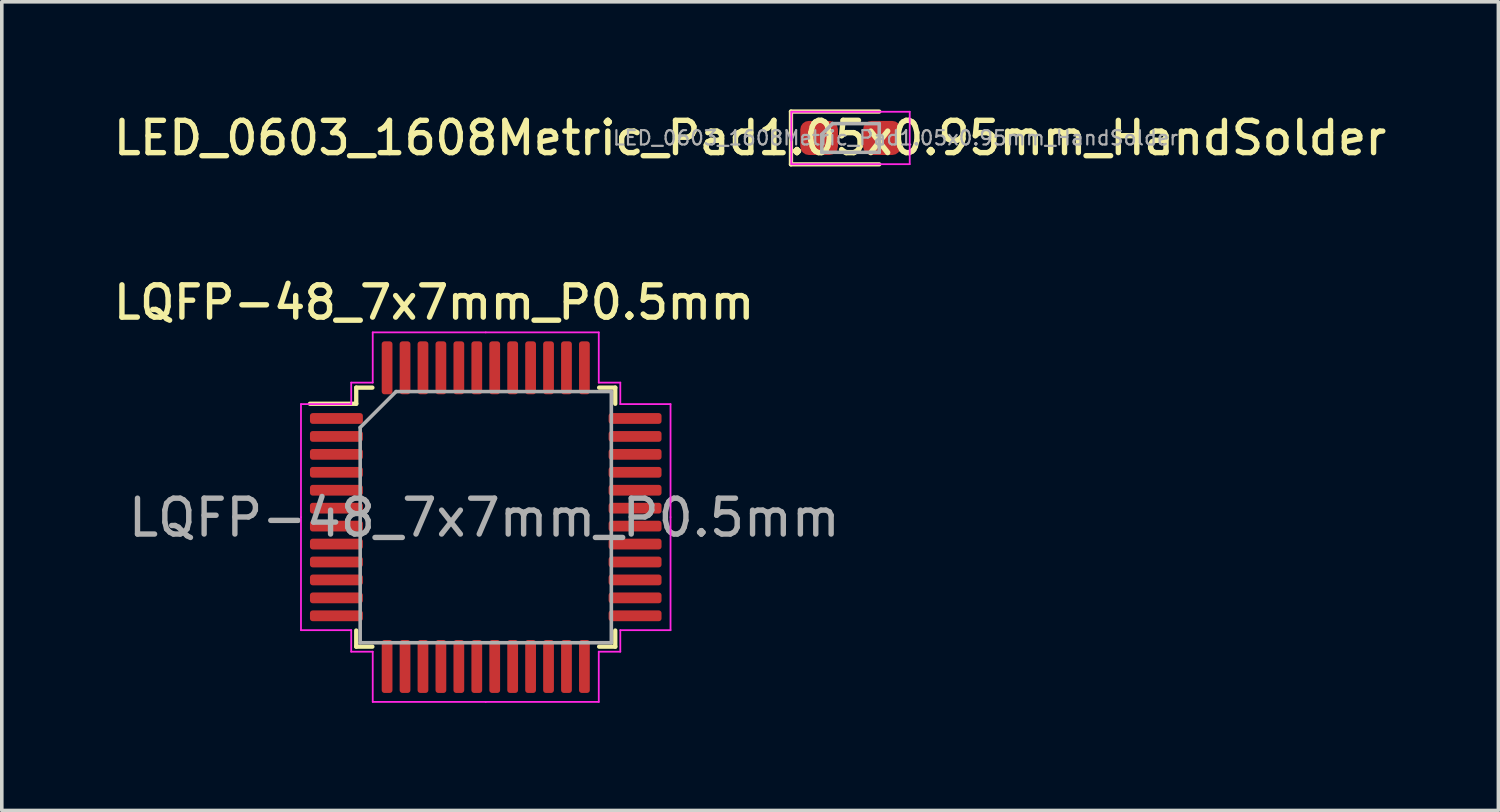
<source format=kicad_pcb>
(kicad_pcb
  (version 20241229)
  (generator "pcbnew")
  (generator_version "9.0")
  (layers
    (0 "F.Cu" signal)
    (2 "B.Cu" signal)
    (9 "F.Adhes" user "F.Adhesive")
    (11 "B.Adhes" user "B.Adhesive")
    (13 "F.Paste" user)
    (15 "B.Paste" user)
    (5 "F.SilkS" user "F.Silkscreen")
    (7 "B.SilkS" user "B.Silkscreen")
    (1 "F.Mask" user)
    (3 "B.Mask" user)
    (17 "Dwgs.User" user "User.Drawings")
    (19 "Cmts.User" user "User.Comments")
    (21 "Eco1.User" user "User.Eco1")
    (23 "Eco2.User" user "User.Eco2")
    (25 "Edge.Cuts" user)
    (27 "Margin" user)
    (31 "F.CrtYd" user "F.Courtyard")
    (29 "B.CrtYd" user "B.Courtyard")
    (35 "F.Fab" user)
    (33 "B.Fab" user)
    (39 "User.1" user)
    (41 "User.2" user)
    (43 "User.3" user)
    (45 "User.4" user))
  (footprint "LQFP-48_7x7mm_P0.5mm"
    (layer "F.Cu")
    (at 10.489 11.364)
    (property "Reference" "LQFP-48_7x7mm_P0.5mm" (at -1.44 -5.984 0) (layer "F.SilkS") (effects (font (size 0.9 0.9) (thickness 0.15))))
    (attr smd)
    (fp_line (start -3.61 -3.61) (end -3.61 -3.16) (stroke (width 0.12) (type solid)) (layer "F.SilkS"))
    (fp_line (start -3.61 -3.16) (end -4.9 -3.16) (stroke (width 0.12) (type solid)) (layer "F.SilkS"))
    (fp_line (start -3.61 3.61) (end -3.61 3.16) (stroke (width 0.12) (type solid)) (layer "F.SilkS"))
    (fp_line (start -3.16 -3.61) (end -3.61 -3.61) (stroke (width 0.12) (type solid)) (layer "F.SilkS"))
    (fp_line (start -3.16 3.61) (end -3.61 3.61) (stroke (width 0.12) (type solid)) (layer "F.SilkS"))
    (fp_line (start 3.16 -3.61) (end 3.61 -3.61) (stroke (width 0.12) (type solid)) (layer "F.SilkS"))
    (fp_line (start 3.16 3.61) (end 3.61 3.61) (stroke (width 0.12) (type solid)) (layer "F.SilkS"))
    (fp_line (start 3.61 -3.61) (end 3.61 -3.16) (stroke (width 0.12) (type solid)) (layer "F.SilkS"))
    (fp_line (start 3.61 3.61) (end 3.61 3.16) (stroke (width 0.12) (type solid)) (layer "F.SilkS"))
    (fp_line (start -5.15 -3.15) (end -5.15 0) (stroke (width 0.05) (type solid)) (layer "F.CrtYd"))
    (fp_line (start -5.15 3.15) (end -5.15 0) (stroke (width 0.05) (type solid)) (layer "F.CrtYd"))
    (fp_line (start -3.75 -3.75) (end -3.75 -3.15) (stroke (width 0.05) (type solid)) (layer "F.CrtYd"))
    (fp_line (start -3.75 -3.15) (end -5.15 -3.15) (stroke (width 0.05) (type solid)) (layer "F.CrtYd"))
    (fp_line (start -3.75 3.15) (end -5.15 3.15) (stroke (width 0.05) (type solid)) (layer "F.CrtYd"))
    (fp_line (start -3.75 3.75) (end -3.75 3.15) (stroke (width 0.05) (type solid)) (layer "F.CrtYd"))
    (fp_line (start -3.15 -5.15) (end -3.15 -3.75) (stroke (width 0.05) (type solid)) (layer "F.CrtYd"))
    (fp_line (start -3.15 -3.75) (end -3.75 -3.75) (stroke (width 0.05) (type solid)) (layer "F.CrtYd"))
    (fp_line (start -3.15 3.75) (end -3.75 3.75) (stroke (width 0.05) (type solid)) (layer "F.CrtYd"))
    (fp_line (start -3.15 5.15) (end -3.15 3.75) (stroke (width 0.05) (type solid)) (layer "F.CrtYd"))
    (fp_line (start 0 -5.15) (end -3.15 -5.15) (stroke (width 0.05) (type solid)) (layer "F.CrtYd"))
    (fp_line (start 0 -5.15) (end 3.15 -5.15) (stroke (width 0.05) (type solid)) (layer "F.CrtYd"))
    (fp_line (start 0 5.15) (end -3.15 5.15) (stroke (width 0.05) (type solid)) (layer "F.CrtYd"))
    (fp_line (start 0 5.15) (end 3.15 5.15) (stroke (width 0.05) (type solid)) (layer "F.CrtYd"))
    (fp_line (start 3.15 -5.15) (end 3.15 -3.75) (stroke (width 0.05) (type solid)) (layer "F.CrtYd"))
    (fp_line (start 3.15 -3.75) (end 3.75 -3.75) (stroke (width 0.05) (type solid)) (layer "F.CrtYd"))
    (fp_line (start 3.15 3.75) (end 3.75 3.75) (stroke (width 0.05) (type solid)) (layer "F.CrtYd"))
    (fp_line (start 3.15 5.15) (end 3.15 3.75) (stroke (width 0.05) (type solid)) (layer "F.CrtYd"))
    (fp_line (start 3.75 -3.75) (end 3.75 -3.15) (stroke (width 0.05) (type solid)) (layer "F.CrtYd"))
    (fp_line (start 3.75 -3.15) (end 5.15 -3.15) (stroke (width 0.05) (type solid)) (layer "F.CrtYd"))
    (fp_line (start 3.75 3.15) (end 5.15 3.15) (stroke (width 0.05) (type solid)) (layer "F.CrtYd"))
    (fp_line (start 3.75 3.75) (end 3.75 3.15) (stroke (width 0.05) (type solid)) (layer "F.CrtYd"))
    (fp_line (start 5.15 -3.15) (end 5.15 0) (stroke (width 0.05) (type solid)) (layer "F.CrtYd"))
    (fp_line (start 5.15 3.15) (end 5.15 0) (stroke (width 0.05) (type solid)) (layer "F.CrtYd"))
    (fp_line (start -3.5 -2.5) (end -2.5 -3.5) (stroke (width 0.1) (type solid)) (layer "F.Fab"))
    (fp_line (start -3.5 3.5) (end -3.5 -2.5) (stroke (width 0.1) (type solid)) (layer "F.Fab"))
    (fp_line (start -2.5 -3.5) (end 3.5 -3.5) (stroke (width 0.1) (type solid)) (layer "F.Fab"))
    (fp_line (start 3.5 -3.5) (end 3.5 3.5) (stroke (width 0.1) (type solid)) (layer "F.Fab"))
    (fp_line (start 3.5 3.5) (end -3.5 3.5) (stroke (width 0.1) (type solid)) (layer "F.Fab"))
    (fp_text user "${REFERENCE}" (at -0.04 0.016 0) (layer "F.Fab") (effects (font (size 1 1) (thickness 0.15))))
    (pad "1" smd roundrect (at -4.162 -2.75) (size 1.475 0.3) (layers "F.Cu" "F.Mask" "F.Paste") (roundrect_rratio 0.25))
    (pad "2" smd roundrect (at -4.162 -2.25) (size 1.475 0.3) (layers "F.Cu" "F.Mask" "F.Paste") (roundrect_rratio 0.25))
    (pad "3" smd roundrect (at -4.162 -1.75) (size 1.475 0.3) (layers "F.Cu" "F.Mask" "F.Paste") (roundrect_rratio 0.25))
    (pad "4" smd roundrect (at -4.162 -1.25) (size 1.475 0.3) (layers "F.Cu" "F.Mask" "F.Paste") (roundrect_rratio 0.25))
    (pad "5" smd roundrect (at -4.162 -0.75) (size 1.475 0.3) (layers "F.Cu" "F.Mask" "F.Paste") (roundrect_rratio 0.25))
    (pad "6" smd roundrect (at -4.162 -0.25) (size 1.475 0.3) (layers "F.Cu" "F.Mask" "F.Paste") (roundrect_rratio 0.25))
    (pad "7" smd roundrect (at -4.162 0.25) (size 1.475 0.3) (layers "F.Cu" "F.Mask" "F.Paste") (roundrect_rratio 0.25))
    (pad "8" smd roundrect (at -4.162 0.75) (size 1.475 0.3) (layers "F.Cu" "F.Mask" "F.Paste") (roundrect_rratio 0.25))
    (pad "9" smd roundrect (at -4.162 1.25) (size 1.475 0.3) (layers "F.Cu" "F.Mask" "F.Paste") (roundrect_rratio 0.25))
    (pad "10" smd roundrect (at -4.162 1.75) (size 1.475 0.3) (layers "F.Cu" "F.Mask" "F.Paste") (roundrect_rratio 0.25))
    (pad "11" smd roundrect (at -4.162 2.25) (size 1.475 0.3) (layers "F.Cu" "F.Mask" "F.Paste") (roundrect_rratio 0.25))
    (pad "12" smd roundrect (at -4.162 2.75) (size 1.475 0.3) (layers "F.Cu" "F.Mask" "F.Paste") (roundrect_rratio 0.25))
    (pad "13" smd roundrect (at -2.75 4.162) (size 0.3 1.475) (layers "F.Cu" "F.Mask" "F.Paste") (roundrect_rratio 0.25))
    (pad "14" smd roundrect (at -2.25 4.162) (size 0.3 1.475) (layers "F.Cu" "F.Mask" "F.Paste") (roundrect_rratio 0.25))
    (pad "15" smd roundrect (at -1.75 4.162) (size 0.3 1.475) (layers "F.Cu" "F.Mask" "F.Paste") (roundrect_rratio 0.25))
    (pad "16" smd roundrect (at -1.25 4.162) (size 0.3 1.475) (layers "F.Cu" "F.Mask" "F.Paste") (roundrect_rratio 0.25))
    (pad "17" smd roundrect (at -0.75 4.162) (size 0.3 1.475) (layers "F.Cu" "F.Mask" "F.Paste") (roundrect_rratio 0.25))
    (pad "18" smd roundrect (at -0.25 4.162) (size 0.3 1.475) (layers "F.Cu" "F.Mask" "F.Paste") (roundrect_rratio 0.25))
    (pad "19" smd roundrect (at 0.25 4.162) (size 0.3 1.475) (layers "F.Cu" "F.Mask" "F.Paste") (roundrect_rratio 0.25))
    (pad "20" smd roundrect (at 0.75 4.162) (size 0.3 1.475) (layers "F.Cu" "F.Mask" "F.Paste") (roundrect_rratio 0.25))
    (pad "21" smd roundrect (at 1.25 4.162) (size 0.3 1.475) (layers "F.Cu" "F.Mask" "F.Paste") (roundrect_rratio 0.25))
    (pad "22" smd roundrect (at 1.75 4.162) (size 0.3 1.475) (layers "F.Cu" "F.Mask" "F.Paste") (roundrect_rratio 0.25))
    (pad "23" smd roundrect (at 2.25 4.162) (size 0.3 1.475) (layers "F.Cu" "F.Mask" "F.Paste") (roundrect_rratio 0.25))
    (pad "24" smd roundrect (at 2.75 4.162) (size 0.3 1.475) (layers "F.Cu" "F.Mask" "F.Paste") (roundrect_rratio 0.25))
    (pad "25" smd roundrect (at 4.162 2.75) (size 1.475 0.3) (layers "F.Cu" "F.Mask" "F.Paste") (roundrect_rratio 0.25))
    (pad "26" smd roundrect (at 4.162 2.25) (size 1.475 0.3) (layers "F.Cu" "F.Mask" "F.Paste") (roundrect_rratio 0.25))
    (pad "27" smd roundrect (at 4.162 1.75) (size 1.475 0.3) (layers "F.Cu" "F.Mask" "F.Paste") (roundrect_rratio 0.25))
    (pad "28" smd roundrect (at 4.162 1.25) (size 1.475 0.3) (layers "F.Cu" "F.Mask" "F.Paste") (roundrect_rratio 0.25))
    (pad "29" smd roundrect (at 4.162 0.75) (size 1.475 0.3) (layers "F.Cu" "F.Mask" "F.Paste") (roundrect_rratio 0.25))
    (pad "30" smd roundrect (at 4.162 0.25) (size 1.475 0.3) (layers "F.Cu" "F.Mask" "F.Paste") (roundrect_rratio 0.25))
    (pad "31" smd roundrect (at 4.162 -0.25) (size 1.475 0.3) (layers "F.Cu" "F.Mask" "F.Paste") (roundrect_rratio 0.25))
    (pad "32" smd roundrect (at 4.162 -0.75) (size 1.475 0.3) (layers "F.Cu" "F.Mask" "F.Paste") (roundrect_rratio 0.25))
    (pad "33" smd roundrect (at 4.162 -1.25) (size 1.475 0.3) (layers "F.Cu" "F.Mask" "F.Paste") (roundrect_rratio 0.25))
    (pad "34" smd roundrect (at 4.162 -1.75) (size 1.475 0.3) (layers "F.Cu" "F.Mask" "F.Paste") (roundrect_rratio 0.25))
    (pad "35" smd roundrect (at 4.162 -2.25) (size 1.475 0.3) (layers "F.Cu" "F.Mask" "F.Paste") (roundrect_rratio 0.25))
    (pad "36" smd roundrect (at 4.162 -2.75) (size 1.475 0.3) (layers "F.Cu" "F.Mask" "F.Paste") (roundrect_rratio 0.25))
    (pad "37" smd roundrect (at 2.75 -4.162) (size 0.3 1.475) (layers "F.Cu" "F.Mask" "F.Paste") (roundrect_rratio 0.25))
    (pad "38" smd roundrect (at 2.25 -4.162) (size 0.3 1.475) (layers "F.Cu" "F.Mask" "F.Paste") (roundrect_rratio 0.25))
    (pad "39" smd roundrect (at 1.75 -4.162) (size 0.3 1.475) (layers "F.Cu" "F.Mask" "F.Paste") (roundrect_rratio 0.25))
    (pad "40" smd roundrect (at 1.25 -4.162) (size 0.3 1.475) (layers "F.Cu" "F.Mask" "F.Paste") (roundrect_rratio 0.25))
    (pad "41" smd roundrect (at 0.75 -4.162) (size 0.3 1.475) (layers "F.Cu" "F.Mask" "F.Paste") (roundrect_rratio 0.25))
    (pad "42" smd roundrect (at 0.25 -4.162) (size 0.3 1.475) (layers "F.Cu" "F.Mask" "F.Paste") (roundrect_rratio 0.25))
    (pad "43" smd roundrect (at -0.25 -4.162) (size 0.3 1.475) (layers "F.Cu" "F.Mask" "F.Paste") (roundrect_rratio 0.25))
    (pad "44" smd roundrect (at -0.75 -4.162) (size 0.3 1.475) (layers "F.Cu" "F.Mask" "F.Paste") (roundrect_rratio 0.25))
    (pad "45" smd roundrect (at -1.25 -4.162) (size 0.3 1.475) (layers "F.Cu" "F.Mask" "F.Paste") (roundrect_rratio 0.25))
    (pad "46" smd roundrect (at -1.75 -4.162) (size 0.3 1.475) (layers "F.Cu" "F.Mask" "F.Paste") (roundrect_rratio 0.25))
    (pad "47" smd roundrect (at -2.25 -4.162) (size 0.3 1.475) (layers "F.Cu" "F.Mask" "F.Paste") (roundrect_rratio 0.25))
    (pad "48" smd roundrect (at -2.75 -4.162) (size 0.3 1.475) (layers "F.Cu" "F.Mask" "F.Paste") (roundrect_rratio 0.25)))
  (footprint "LED_0603_1608Metric_Pad1.05x0.95mm_HandSolder"
    (layer "F.Cu")
    (at 20.656 0.795)
    (property "Reference" "LED_0603_1608Metric_Pad1.05x0.95mm_HandSolder" (at -2.8 0 180) (layer "F.SilkS") (effects (font (size 0.9 0.9) (thickness 0.15))))
    (attr smd)
    (fp_line (start -1.66 -0.735) (end -1.66 0.735) (stroke (width 0.12) (type solid)) (layer "F.SilkS"))
    (fp_line (start -1.66 0.735) (end 0.8 0.735) (stroke (width 0.12) (type solid)) (layer "F.SilkS"))
    (fp_line (start 0.8 -0.735) (end -1.66 -0.735) (stroke (width 0.12) (type solid)) (layer "F.SilkS"))
    (fp_line (start -1.65 -0.73) (end 1.65 -0.73) (stroke (width 0.05) (type solid)) (layer "F.CrtYd"))
    (fp_line (start -1.65 0.73) (end -1.65 -0.73) (stroke (width 0.05) (type solid)) (layer "F.CrtYd"))
    (fp_line (start 1.65 -0.73) (end 1.65 0.73) (stroke (width 0.05) (type solid)) (layer "F.CrtYd"))
    (fp_line (start 1.65 0.73) (end -1.65 0.73) (stroke (width 0.05) (type solid)) (layer "F.CrtYd"))
    (fp_line (start -0.8 -0.1) (end -0.8 0.4) (stroke (width 0.1) (type solid)) (layer "F.Fab"))
    (fp_line (start -0.8 0.4) (end 0.8 0.4) (stroke (width 0.1) (type solid)) (layer "F.Fab"))
    (fp_line (start -0.5 -0.4) (end -0.8 -0.1) (stroke (width 0.1) (type solid)) (layer "F.Fab"))
    (fp_line (start 0.8 -0.4) (end -0.5 -0.4) (stroke (width 0.1) (type solid)) (layer "F.Fab"))
    (fp_line (start 0.8 0.4) (end 0.8 -0.4) (stroke (width 0.1) (type solid)) (layer "F.Fab"))
    (fp_text user "${REFERENCE}" (at 1.255 0 180) (layer "F.Fab") (effects (font (size 0.4 0.4) (thickness 0.06))))
    (pad "1" smd roundrect (at -0.875 0) (size 1.05 0.95) (layers "F.Cu" "F.Mask" "F.Paste") (roundrect_rratio 0.25))
    (pad "2" smd roundrect (at 0.875 0) (size 1.05 0.95) (layers "F.Cu" "F.Mask" "F.Paste") (roundrect_rratio 0.25)))
  (gr_rect
    (start -3 -3)
    (end 38.713 19.539)
    (stroke (width 0.1) (type default))
    (fill no)
    (layer "Edge.Cuts")))
</source>
